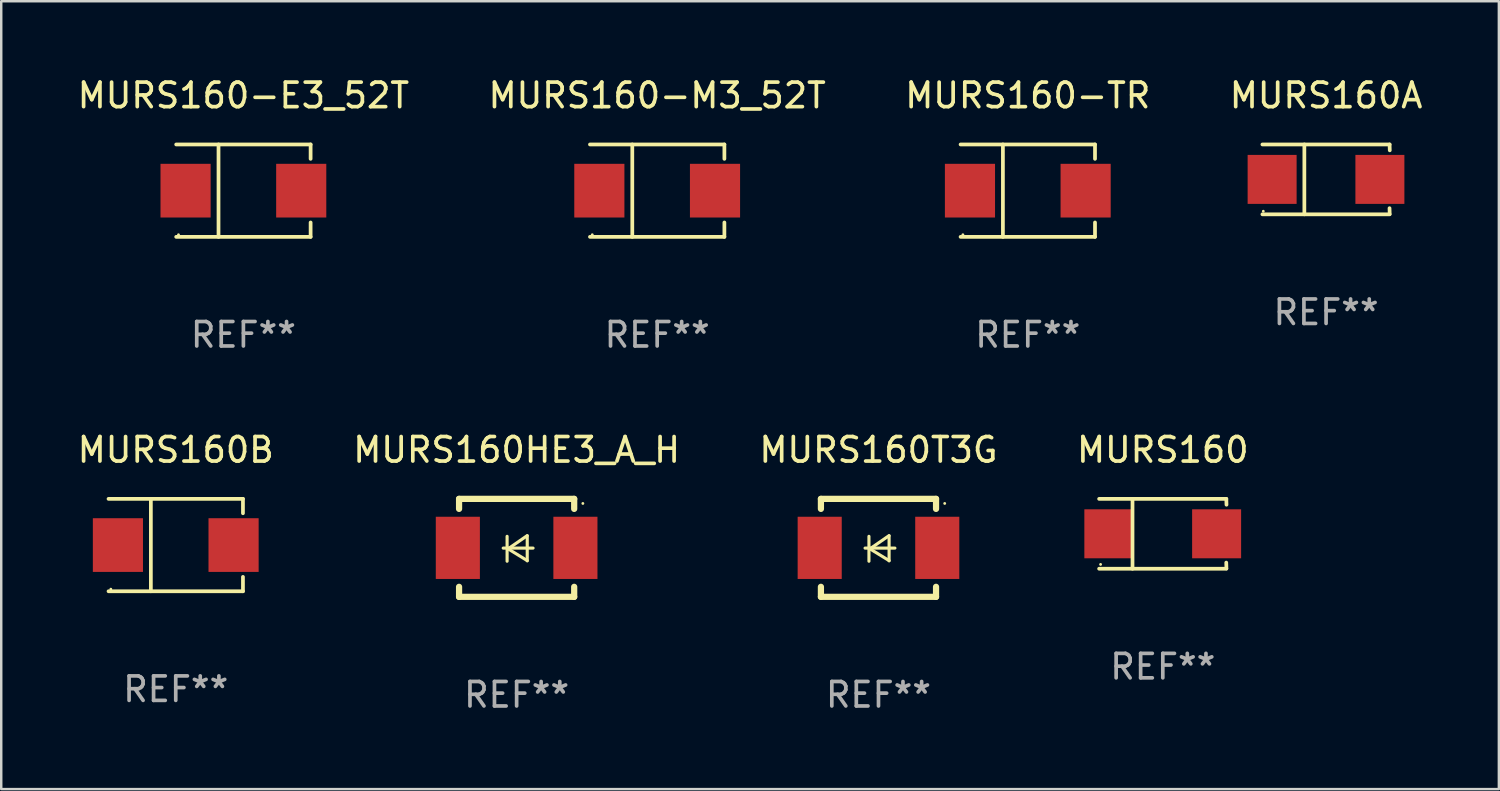
<source format=kicad_pcb>
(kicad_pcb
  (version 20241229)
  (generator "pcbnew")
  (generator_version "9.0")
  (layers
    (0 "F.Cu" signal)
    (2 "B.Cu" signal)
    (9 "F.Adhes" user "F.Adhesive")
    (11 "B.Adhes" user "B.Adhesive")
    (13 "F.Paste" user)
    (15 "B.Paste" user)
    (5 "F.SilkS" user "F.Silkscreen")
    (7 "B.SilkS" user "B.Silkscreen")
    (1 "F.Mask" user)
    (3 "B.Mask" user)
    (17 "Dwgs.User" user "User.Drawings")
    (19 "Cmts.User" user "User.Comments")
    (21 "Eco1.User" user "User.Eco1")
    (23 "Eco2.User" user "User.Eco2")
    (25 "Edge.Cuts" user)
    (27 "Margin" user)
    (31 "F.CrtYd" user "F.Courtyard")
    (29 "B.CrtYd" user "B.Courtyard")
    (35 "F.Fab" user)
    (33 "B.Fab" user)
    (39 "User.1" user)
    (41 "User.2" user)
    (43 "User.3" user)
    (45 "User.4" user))
  (footprint "MURS160-TR"
    (layer "F.Cu")
    (at 38.911 4.734)
    (property "Reference" "MURS160-TR" (at 0 -3.886 0) (layer "F.SilkS") (effects (font (size 1 1) (thickness 0.15))))
    (attr through_hole)
    (fp_line (start -2.744 -1.886) (end 2.744 -1.886) (stroke (width 0.152) (type solid)) (layer "F.SilkS"))
    (fp_line (start -2.744 1.886) (end 2.744 1.886) (stroke (width 0.152) (type solid)) (layer "F.SilkS"))
    (fp_line (start -1.016 -1.886) (end -1.016 1.886) (stroke (width 0.152) (type solid)) (layer "F.SilkS"))
    (fp_line (start 2.744 -1.886) (end 2.744 -1.299) (stroke (width 0.152) (type solid)) (layer "F.SilkS"))
    (fp_line (start 2.744 1.886) (end 2.744 1.299) (stroke (width 0.152) (type solid)) (layer "F.SilkS"))
    (fp_circle (center -2.65 1.8) (end -2.62 1.8) (stroke (width 0.06) (type solid)) (fill no) (layer "F.SilkS"))
    (fp_text user "REF**" (at 0 5.886 0) (layer "F.Fab") (effects (font (size 1 1) (thickness 0.15))))
    (pad "1" smd rect (at -2.361 0) (size 2.047 2.192) (layers "F.Cu" "F.Mask" "F.Paste"))
    (pad "2" smd rect (at 2.361 0) (size 2.047 2.192) (layers "F.Cu" "F.Mask" "F.Paste")))
  (footprint "MURS160A"
    (layer "F.Cu")
    (at 51.089 4.274)
    (property "Reference" "MURS160A" (at 0 -3.426 0) (layer "F.SilkS") (effects (font (size 1 1) (thickness 0.15))))
    (attr through_hole)
    (fp_line (start -2.6 -1.426) (end 2.593 -1.426) (stroke (width 0.152) (type solid)) (layer "F.SilkS"))
    (fp_line (start -2.6 1.426) (end 2.593 1.426) (stroke (width 0.152) (type solid)) (layer "F.SilkS"))
    (fp_line (start -0.887 -1.426) (end -0.887 1.426) (stroke (width 0.152) (type solid)) (layer "F.SilkS"))
    (fp_line (start 2.59 1.176) (end 2.597 1.415) (stroke (width 0.152) (type solid)) (layer "F.SilkS"))
    (fp_line (start 2.593 -1.426) (end 2.6 -1.187) (stroke (width 0.152) (type solid)) (layer "F.SilkS"))
    (fp_circle (center -2.563 1.3) (end -2.533 1.3) (stroke (width 0.06) (type solid)) (fill no) (layer "F.SilkS"))
    (fp_text user "REF**" (at 0 5.426 0) (layer "F.Fab") (effects (font (size 1 1) (thickness 0.15))))
    (pad "1" smd rect (at -2.203 -0.000025 180) (size 2 2) (layers "F.Cu" "F.Mask" "F.Paste"))
    (pad "2" smd rect (at 2.197 -0.000025 180) (size 2 2) (layers "F.Cu" "F.Mask" "F.Paste")))
  (footprint "MURS160-M3_52T"
    (layer "F.Cu")
    (at 23.78 4.734)
    (property "Reference" "MURS160-M3_52T" (at 0 -3.886 0) (layer "F.SilkS") (effects (font (size 1 1) (thickness 0.15))))
    (attr through_hole)
    (fp_line (start -2.744 -1.886) (end 2.744 -1.886) (stroke (width 0.152) (type solid)) (layer "F.SilkS"))
    (fp_line (start -2.744 1.886) (end 2.744 1.886) (stroke (width 0.152) (type solid)) (layer "F.SilkS"))
    (fp_line (start -1.016 -1.886) (end -1.016 1.886) (stroke (width 0.152) (type solid)) (layer "F.SilkS"))
    (fp_line (start 2.744 -1.886) (end 2.744 -1.299) (stroke (width 0.152) (type solid)) (layer "F.SilkS"))
    (fp_line (start 2.744 1.886) (end 2.744 1.299) (stroke (width 0.152) (type solid)) (layer "F.SilkS"))
    (fp_circle (center -2.65 1.8) (end -2.62 1.8) (stroke (width 0.06) (type solid)) (fill no) (layer "F.SilkS"))
    (fp_text user "REF**" (at 0 5.886 0) (layer "F.Fab") (effects (font (size 1 1) (thickness 0.15))))
    (pad "1" smd rect (at -2.361 0) (size 2.047 2.192) (layers "F.Cu" "F.Mask" "F.Paste"))
    (pad "2" smd rect (at 2.361 0) (size 2.047 2.192) (layers "F.Cu" "F.Mask" "F.Paste")))
  (footprint "MURS160B"
    (layer "F.Cu")
    (at 4.125 19.203)
    (property "Reference" "MURS160B" (at 0 -3.886 0) (layer "F.SilkS") (effects (font (size 1 1) (thickness 0.15))))
    (attr through_hole)
    (fp_line (start -2.744 -1.886) (end 2.744 -1.886) (stroke (width 0.152) (type solid)) (layer "F.SilkS"))
    (fp_line (start -2.744 1.886) (end 2.744 1.886) (stroke (width 0.152) (type solid)) (layer "F.SilkS"))
    (fp_line (start -1.016 -1.886) (end -1.016 1.886) (stroke (width 0.152) (type solid)) (layer "F.SilkS"))
    (fp_line (start 2.744 -1.886) (end 2.744 -1.299) (stroke (width 0.152) (type solid)) (layer "F.SilkS"))
    (fp_line (start 2.744 1.886) (end 2.744 1.299) (stroke (width 0.152) (type solid)) (layer "F.SilkS"))
    (fp_circle (center -2.65 1.8) (end -2.62 1.8) (stroke (width 0.06) (type solid)) (fill no) (layer "F.SilkS"))
    (fp_text user "REF**" (at 0 5.886 0) (layer "F.Fab") (effects (font (size 1 1) (thickness 0.15))))
    (pad "1" smd rect (at -2.361 0) (size 2.047 2.192) (layers "F.Cu" "F.Mask" "F.Paste"))
    (pad "2" smd rect (at 2.361 0) (size 2.047 2.192) (layers "F.Cu" "F.Mask" "F.Paste")))
  (footprint "MURS160"
    (layer "F.Cu")
    (at 44.423 18.743)
    (property "Reference" "MURS160" (at 0 -3.426 0) (layer "F.SilkS") (effects (font (size 1 1) (thickness 0.15))))
    (attr through_hole)
    (fp_line (start -2.6 -1.426) (end 2.593 -1.426) (stroke (width 0.152) (type solid)) (layer "F.SilkS"))
    (fp_line (start -2.6 1.426) (end 2.593 1.426) (stroke (width 0.152) (type solid)) (layer "F.SilkS"))
    (fp_line (start -1.237 -1.426) (end -1.237 1.426) (stroke (width 0.152) (type solid)) (layer "F.SilkS"))
    (fp_line (start 2.59 1.176) (end 2.597 1.415) (stroke (width 0.152) (type solid)) (layer "F.SilkS"))
    (fp_line (start 2.593 -1.426) (end 2.6 -1.187) (stroke (width 0.152) (type solid)) (layer "F.SilkS"))
    (fp_circle (center -2.54 1.25) (end -2.51 1.25) (stroke (width 0.06) (type solid)) (fill no) (layer "F.SilkS"))
    (fp_text user "REF**" (at 0 5.426 0) (layer "F.Fab") (effects (font (size 1 1) (thickness 0.15))))
    (pad "1" smd rect (at -2.203 0 180) (size 2 2) (layers "F.Cu" "F.Mask" "F.Paste"))
    (pad "2" smd rect (at 2.197 0 180) (size 2 2) (layers "F.Cu" "F.Mask" "F.Paste")))
  (footprint "MURS160HE3_A_H"
    (layer "F.Cu")
    (at 18.042 19.317)
    (property "Reference" "MURS160HE3_A_H" (at 0 -4 0) (layer "F.SilkS") (effects (font (size 1 1) (thickness 0.15))))
    (attr through_hole)
    (fp_line (start -2.35 -2) (end -2.35 -1.591) (stroke (width 0.254) (type solid)) (layer "F.SilkS"))
    (fp_line (start -2.35 -2) (end 2.35 -2) (stroke (width 0.254) (type solid)) (layer "F.SilkS"))
    (fp_line (start -2.35 1.591) (end -2.35 2) (stroke (width 0.254) (type solid)) (layer "F.SilkS"))
    (fp_line (start -2.35 2) (end 2.35 2) (stroke (width 0.254) (type solid)) (layer "F.SilkS"))
    (fp_line (start -0.548 0.01) (end 0.671 0.01) (stroke (width 0.127) (type solid)) (layer "F.SilkS"))
    (fp_line (start -0.389 -0.47) (end -0.389 0.546) (stroke (width 0.127) (type solid)) (layer "F.SilkS"))
    (fp_line (start -0.35 0.04) (end 0.433 0.52) (stroke (width 0.127) (type solid)) (layer "F.SilkS"))
    (fp_line (start 0.433 -0.5) (end -0.35 0.04) (stroke (width 0.127) (type solid)) (layer "F.SilkS"))
    (fp_line (start 0.433 0.53) (end 0.433 -0.486) (stroke (width 0.127) (type solid)) (layer "F.SilkS"))
    (fp_line (start 2.35 -2) (end 2.35 -1.591) (stroke (width 0.254) (type solid)) (layer "F.SilkS"))
    (fp_line (start 2.35 1.591) (end 2.35 2) (stroke (width 0.254) (type solid)) (layer "F.SilkS"))
    (fp_circle (center 2.704 -1.813) (end 2.734 -1.813) (stroke (width 0.06) (type solid)) (fill no) (layer "F.SilkS"))
    (fp_text user "REF**" (at 0 6 0) (layer "F.Fab") (effects (font (size 1 1) (thickness 0.15))))
    (pad "1" smd rect (at 2.4 0) (size 1.8 2.54) (layers "F.Cu" "F.Mask" "F.Paste"))
    (pad "2" smd rect (at -2.4 0) (size 1.8 2.54) (layers "F.Cu" "F.Mask" "F.Paste")))
  (footprint "MURS160-E3_52T"
    (layer "F.Cu")
    (at 6.887 4.734)
    (property "Reference" "MURS160-E3_52T" (at 0 -3.886 0) (layer "F.SilkS") (effects (font (size 1 1) (thickness 0.15))))
    (attr through_hole)
    (fp_line (start -2.744 -1.886) (end 2.744 -1.886) (stroke (width 0.152) (type solid)) (layer "F.SilkS"))
    (fp_line (start -2.744 1.886) (end 2.744 1.886) (stroke (width 0.152) (type solid)) (layer "F.SilkS"))
    (fp_line (start -1.016 -1.886) (end -1.016 1.886) (stroke (width 0.152) (type solid)) (layer "F.SilkS"))
    (fp_line (start 2.744 -1.886) (end 2.744 -1.299) (stroke (width 0.152) (type solid)) (layer "F.SilkS"))
    (fp_line (start 2.744 1.886) (end 2.744 1.299) (stroke (width 0.152) (type solid)) (layer "F.SilkS"))
    (fp_circle (center -2.65 1.8) (end -2.62 1.8) (stroke (width 0.06) (type solid)) (fill no) (layer "F.SilkS"))
    (fp_text user "REF**" (at 0 5.886 0) (layer "F.Fab") (effects (font (size 1 1) (thickness 0.15))))
    (pad "1" smd rect (at -2.361 0) (size 2.047 2.192) (layers "F.Cu" "F.Mask" "F.Paste"))
    (pad "2" smd rect (at 2.361 0) (size 2.047 2.192) (layers "F.Cu" "F.Mask" "F.Paste")))
  (footprint "MURS160T3G"
    (layer "F.Cu")
    (at 32.815 19.317)
    (property "Reference" "MURS160T3G" (at 0 -4 0) (layer "F.SilkS") (effects (font (size 1 1) (thickness 0.15))))
    (attr through_hole)
    (fp_line (start -2.35 -2) (end -2.35 -1.591) (stroke (width 0.254) (type solid)) (layer "F.SilkS"))
    (fp_line (start -2.35 -2) (end 2.35 -2) (stroke (width 0.254) (type solid)) (layer "F.SilkS"))
    (fp_line (start -2.35 1.591) (end -2.35 2) (stroke (width 0.254) (type solid)) (layer "F.SilkS"))
    (fp_line (start -2.35 2) (end 2.35 2) (stroke (width 0.254) (type solid)) (layer "F.SilkS"))
    (fp_line (start -0.548 0.01) (end 0.671 0.01) (stroke (width 0.127) (type solid)) (layer "F.SilkS"))
    (fp_line (start -0.389 -0.47) (end -0.389 0.546) (stroke (width 0.127) (type solid)) (layer "F.SilkS"))
    (fp_line (start -0.35 0.04) (end 0.433 0.52) (stroke (width 0.127) (type solid)) (layer "F.SilkS"))
    (fp_line (start 0.433 -0.5) (end -0.35 0.04) (stroke (width 0.127) (type solid)) (layer "F.SilkS"))
    (fp_line (start 0.433 0.53) (end 0.433 -0.486) (stroke (width 0.127) (type solid)) (layer "F.SilkS"))
    (fp_line (start 2.35 -2) (end 2.35 -1.591) (stroke (width 0.254) (type solid)) (layer "F.SilkS"))
    (fp_line (start 2.35 1.591) (end 2.35 2) (stroke (width 0.254) (type solid)) (layer "F.SilkS"))
    (fp_circle (center 2.704 -1.813) (end 2.734 -1.813) (stroke (width 0.06) (type solid)) (fill no) (layer "F.SilkS"))
    (fp_text user "REF**" (at 0 6 0) (layer "F.Fab") (effects (font (size 1 1) (thickness 0.15))))
    (pad "1" smd rect (at 2.4 0) (size 1.8 2.54) (layers "F.Cu" "F.Mask" "F.Paste"))
    (pad "2" smd rect (at -2.4 0) (size 1.8 2.54) (layers "F.Cu" "F.Mask" "F.Paste")))
  (gr_rect
    (start -3 -3)
    (end 58.143 29.165)
    (stroke (width 0.1) (type default))
    (fill no)
    (layer "Edge.Cuts")))
</source>
